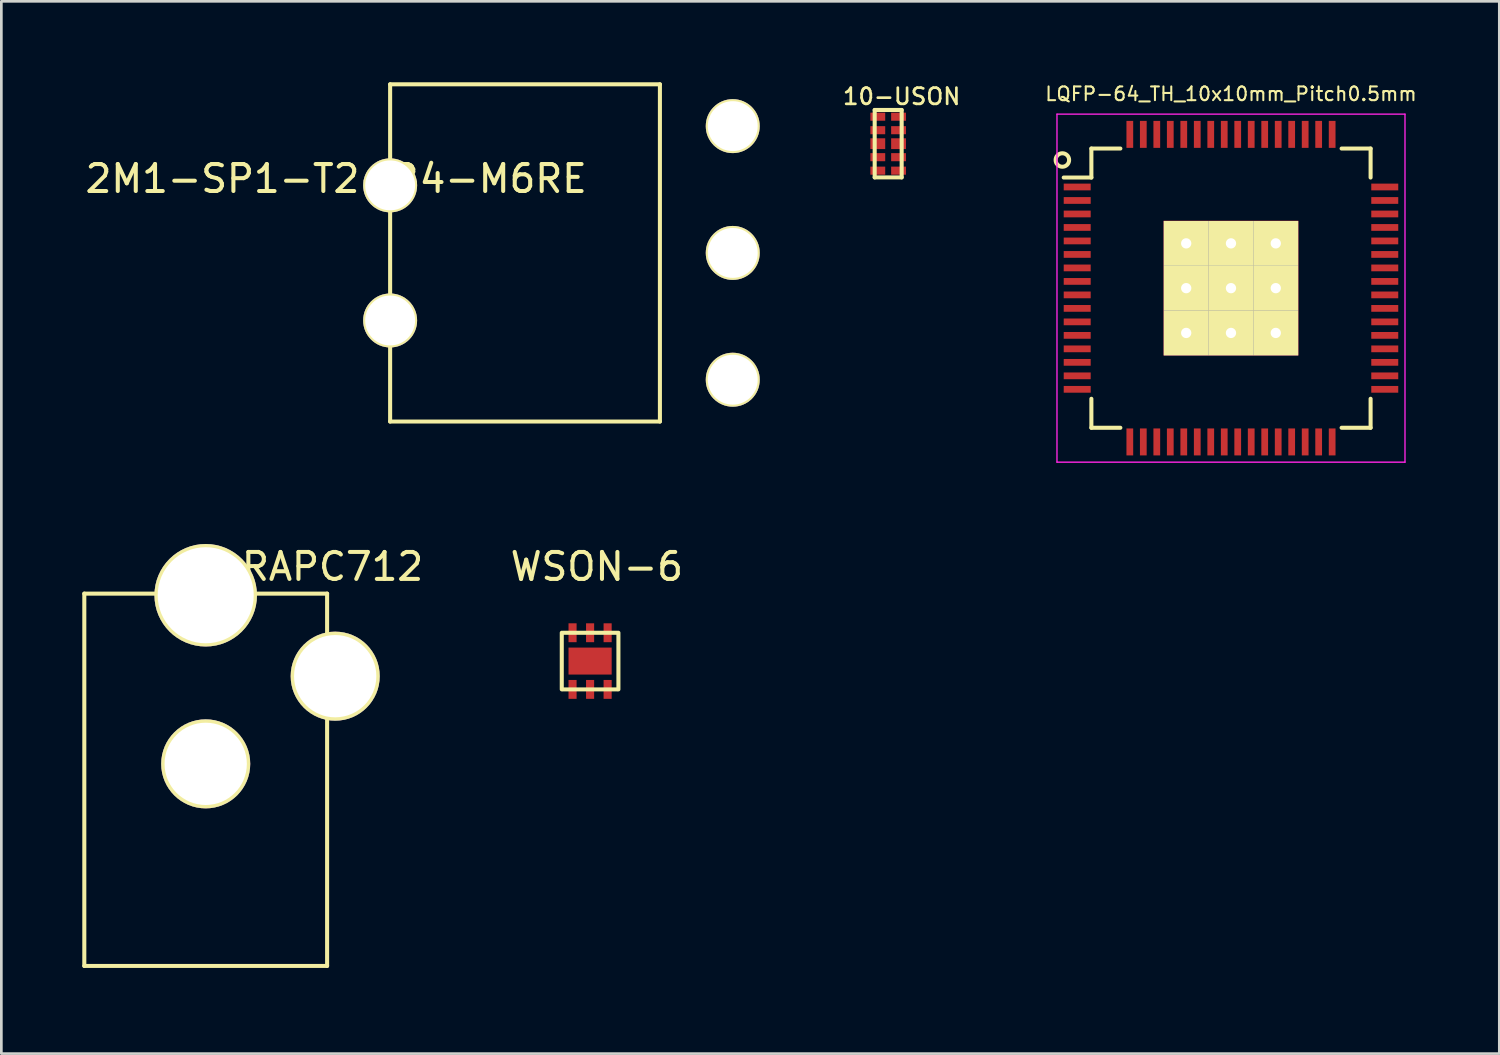
<source format=kicad_pcb>
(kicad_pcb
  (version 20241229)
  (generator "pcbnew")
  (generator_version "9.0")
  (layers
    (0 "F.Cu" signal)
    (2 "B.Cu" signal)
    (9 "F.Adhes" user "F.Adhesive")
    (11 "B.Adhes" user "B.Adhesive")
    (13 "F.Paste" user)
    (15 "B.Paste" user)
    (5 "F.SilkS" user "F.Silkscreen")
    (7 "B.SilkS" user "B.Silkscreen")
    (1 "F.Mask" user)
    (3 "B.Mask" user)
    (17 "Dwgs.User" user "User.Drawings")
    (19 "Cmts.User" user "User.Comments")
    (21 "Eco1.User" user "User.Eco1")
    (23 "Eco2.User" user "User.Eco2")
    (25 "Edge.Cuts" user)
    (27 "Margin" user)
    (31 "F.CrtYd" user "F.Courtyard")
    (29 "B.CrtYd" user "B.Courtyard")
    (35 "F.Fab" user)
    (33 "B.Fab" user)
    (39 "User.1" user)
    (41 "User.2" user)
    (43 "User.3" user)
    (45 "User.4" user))
  (footprint "2M1-SP1-T2-B4-M6RE"
    (layer "F.Cu")
    (at 11.411 6.325)
    (property "Reference" "2M1-SP1-T2-B4-M6RE" (at -2 -2.75 0) (layer "F.SilkS") (effects (font (size 1 1) (thickness 0.15))))
    (attr through_hole)
    (fp_line (start 0 -6.25) (end 10 -6.25) (stroke (width 0.15) (type solid)) (layer "F.SilkS"))
    (fp_line (start 0 6.25) (end 0 -6.25) (stroke (width 0.15) (type solid)) (layer "F.SilkS"))
    (fp_line (start 10 -6.25) (end 10 6.25) (stroke (width 0.15) (type solid)) (layer "F.SilkS"))
    (fp_line (start 10 6.25) (end 0 6.25) (stroke (width 0.15) (type solid)) (layer "F.SilkS"))
    (pad "1" thru_hole circle (at 12.7 -4.7) (size 2 2) (drill 1.85) (layers "*.Cu" "*.Mask" "F.SilkS"))
    (pad "2" thru_hole circle (at 12.7 0) (size 2 2) (drill 1.85) (layers "*.Cu" "*.Mask" "F.SilkS"))
    (pad "3" thru_hole circle (at 12.7 4.7) (size 2 2) (drill 1.85) (layers "*.Cu" "*.Mask" "F.SilkS"))
    (pad "4" thru_hole circle (at 0 2.504) (size 2 2) (drill 1.85) (layers "*.Cu" "*.Mask" "F.SilkS"))
    (pad "5" thru_hole circle (at 0 -2.504) (size 2 2) (drill 1.85) (layers "*.Cu" "*.Mask" "F.SilkS")))
  (footprint "10-USON"
    (layer "F.Cu")
    (at 29.872 2.276)
    (property "Reference" "10-USON" (at 0.5 -1.75 0) (layer "F.SilkS") (effects (font (size 0.6 0.6) (thickness 0.1))))
    (attr through_hole)
    (fp_line (start -0.5 -1.25) (end 0.5 -1.25) (stroke (width 0.15) (type solid)) (layer "F.SilkS"))
    (fp_line (start -0.5 1.25) (end -0.5 -1.25) (stroke (width 0.15) (type solid)) (layer "F.SilkS"))
    (fp_line (start 0.5 -1.25) (end 0.5 1.25) (stroke (width 0.15) (type solid)) (layer "F.SilkS"))
    (fp_line (start 0.5 1.25) (end -0.5 1.25) (stroke (width 0.15) (type solid)) (layer "F.SilkS"))
    (pad "1" smd rect (at -0.385 -1 90) (size 0.3 0.55) (layers "F.Cu" "F.Mask" "F.Paste"))
    (pad "2" smd rect (at -0.385 -0.5 90) (size 0.3 0.55) (layers "F.Cu" "F.Mask" "F.Paste"))
    (pad "3" smd rect (at -0.385 0 90) (size 0.4 0.55) (layers "F.Cu" "F.Mask" "F.Paste"))
    (pad "4" smd rect (at -0.385 0.5 90) (size 0.3 0.55) (layers "F.Cu" "F.Mask" "F.Paste"))
    (pad "5" smd rect (at -0.385 1 90) (size 0.3 0.55) (layers "F.Cu" "F.Mask" "F.Paste"))
    (pad "6" smd rect (at 0.385 1 90) (size 0.3 0.55) (layers "F.Cu" "F.Mask" "F.Paste"))
    (pad "7" smd rect (at 0.385 0.5 90) (size 0.3 0.55) (layers "F.Cu" "F.Mask" "F.Paste"))
    (pad "8" smd rect (at 0.385 0 90) (size 0.4 0.55) (layers "F.Cu" "F.Mask" "F.Paste"))
    (pad "9" smd rect (at 0.385 -0.5 90) (size 0.3 0.55) (layers "F.Cu" "F.Mask" "F.Paste"))
    (pad "10" smd rect (at 0.385 -1 90) (size 0.3 0.55) (layers "F.Cu" "F.Mask" "F.Paste")))
  (footprint "LQFP-64_TH_10x10mm_Pitch0.5mm"
    (layer "F.Cu")
    (at 42.579 7.631)
    (property "Reference" "LQFP-64_TH_10x10mm_Pitch0.5mm" (at 0 -7.2 0) (layer "F.SilkS") (effects (font (size 0.508 0.508) (thickness 0.076))))
    (attr smd)
    (fp_line (start -5.175 -5.175) (end -5.175 -4.1) (stroke (width 0.15) (type solid)) (layer "F.SilkS"))
    (fp_line (start -5.175 -5.175) (end -4.1 -5.175) (stroke (width 0.15) (type solid)) (layer "F.SilkS"))
    (fp_line (start -5.175 -4.1) (end -6.2 -4.1) (stroke (width 0.15) (type solid)) (layer "F.SilkS"))
    (fp_line (start -5.175 5.175) (end -5.175 4.1) (stroke (width 0.15) (type solid)) (layer "F.SilkS"))
    (fp_line (start -5.175 5.175) (end -4.1 5.175) (stroke (width 0.15) (type solid)) (layer "F.SilkS"))
    (fp_line (start 5.175 -5.175) (end 4.1 -5.175) (stroke (width 0.15) (type solid)) (layer "F.SilkS"))
    (fp_line (start 5.175 -5.175) (end 5.175 -4.1) (stroke (width 0.15) (type solid)) (layer "F.SilkS"))
    (fp_line (start 5.175 5.175) (end 4.1 5.175) (stroke (width 0.15) (type solid)) (layer "F.SilkS"))
    (fp_line (start 5.175 5.175) (end 5.175 4.1) (stroke (width 0.15) (type solid)) (layer "F.SilkS"))
    (fp_circle (center -6.25 -4.75) (end -6.25 -5) (stroke (width 0.15) (type solid)) (fill no) (layer "F.SilkS"))
    (fp_line (start -6.45 -6.45) (end -6.45 6.45) (stroke (width 0.05) (type solid)) (layer "F.CrtYd"))
    (fp_line (start -6.45 -6.45) (end 6.45 -6.45) (stroke (width 0.05) (type solid)) (layer "F.CrtYd"))
    (fp_line (start -6.45 6.45) (end 6.45 6.45) (stroke (width 0.05) (type solid)) (layer "F.CrtYd"))
    (fp_line (start 6.45 -6.45) (end 6.45 6.45) (stroke (width 0.05) (type solid)) (layer "F.CrtYd"))
    (pad "1" smd rect (at -5.7 -3.75) (size 1 0.25) (layers "F.Cu" "F.Mask" "F.Paste"))
    (pad "2" smd rect (at -5.7 -3.25) (size 1 0.25) (layers "F.Cu" "F.Mask" "F.Paste"))
    (pad "3" smd rect (at -5.7 -2.75) (size 1 0.25) (layers "F.Cu" "F.Mask" "F.Paste"))
    (pad "4" smd rect (at -5.7 -2.25) (size 1 0.25) (layers "F.Cu" "F.Mask" "F.Paste"))
    (pad "5" smd rect (at -5.7 -1.75) (size 1 0.25) (layers "F.Cu" "F.Mask" "F.Paste"))
    (pad "6" smd rect (at -5.7 -1.25) (size 1 0.25) (layers "F.Cu" "F.Mask" "F.Paste"))
    (pad "7" smd rect (at -5.7 -0.75) (size 1 0.25) (layers "F.Cu" "F.Mask" "F.Paste"))
    (pad "8" smd rect (at -5.7 -0.25) (size 1 0.25) (layers "F.Cu" "F.Mask" "F.Paste"))
    (pad "9" smd rect (at -5.7 0.25) (size 1 0.25) (layers "F.Cu" "F.Mask" "F.Paste"))
    (pad "10" smd rect (at -5.7 0.75) (size 1 0.25) (layers "F.Cu" "F.Mask" "F.Paste"))
    (pad "11" smd rect (at -5.7 1.25) (size 1 0.25) (layers "F.Cu" "F.Mask" "F.Paste"))
    (pad "12" smd rect (at -5.7 1.75) (size 1 0.25) (layers "F.Cu" "F.Mask" "F.Paste"))
    (pad "13" smd rect (at -5.7 2.25) (size 1 0.25) (layers "F.Cu" "F.Mask" "F.Paste"))
    (pad "14" smd rect (at -5.7 2.75) (size 1 0.25) (layers "F.Cu" "F.Mask" "F.Paste"))
    (pad "15" smd rect (at -5.7 3.25) (size 1 0.25) (layers "F.Cu" "F.Mask" "F.Paste"))
    (pad "16" smd rect (at -5.7 3.75) (size 1 0.25) (layers "F.Cu" "F.Mask" "F.Paste"))
    (pad "17" smd rect (at -3.75 5.7 90) (size 1 0.25) (layers "F.Cu" "F.Mask" "F.Paste"))
    (pad "18" smd rect (at -3.25 5.7 90) (size 1 0.25) (layers "F.Cu" "F.Mask" "F.Paste"))
    (pad "19" smd rect (at -2.75 5.7 90) (size 1 0.25) (layers "F.Cu" "F.Mask" "F.Paste"))
    (pad "20" smd rect (at -2.25 5.7 90) (size 1 0.25) (layers "F.Cu" "F.Mask" "F.Paste"))
    (pad "21" smd rect (at -1.75 5.7 90) (size 1 0.25) (layers "F.Cu" "F.Mask" "F.Paste"))
    (pad "22" smd rect (at -1.25 5.7 90) (size 1 0.25) (layers "F.Cu" "F.Mask" "F.Paste"))
    (pad "23" smd rect (at -0.75 5.7 90) (size 1 0.25) (layers "F.Cu" "F.Mask" "F.Paste"))
    (pad "24" smd rect (at -0.25 5.7 90) (size 1 0.25) (layers "F.Cu" "F.Mask" "F.Paste"))
    (pad "25" smd rect (at 0.25 5.7 90) (size 1 0.25) (layers "F.Cu" "F.Mask" "F.Paste"))
    (pad "26" smd rect (at 0.75 5.7 90) (size 1 0.25) (layers "F.Cu" "F.Mask" "F.Paste"))
    (pad "27" smd rect (at 1.25 5.7 90) (size 1 0.25) (layers "F.Cu" "F.Mask" "F.Paste"))
    (pad "28" smd rect (at 1.75 5.7 90) (size 1 0.25) (layers "F.Cu" "F.Mask" "F.Paste"))
    (pad "29" smd rect (at 2.25 5.7 90) (size 1 0.25) (layers "F.Cu" "F.Mask" "F.Paste"))
    (pad "30" smd rect (at 2.75 5.7 90) (size 1 0.25) (layers "F.Cu" "F.Mask" "F.Paste"))
    (pad "31" smd rect (at 3.25 5.7 90) (size 1 0.25) (layers "F.Cu" "F.Mask" "F.Paste"))
    (pad "32" smd rect (at 3.75 5.7 90) (size 1 0.25) (layers "F.Cu" "F.Mask" "F.Paste"))
    (pad "33" smd rect (at 5.7 3.75) (size 1 0.25) (layers "F.Cu" "F.Mask" "F.Paste"))
    (pad "34" smd rect (at 5.7 3.25) (size 1 0.25) (layers "F.Cu" "F.Mask" "F.Paste"))
    (pad "35" smd rect (at 5.7 2.75) (size 1 0.25) (layers "F.Cu" "F.Mask" "F.Paste"))
    (pad "36" smd rect (at 5.7 2.25) (size 1 0.25) (layers "F.Cu" "F.Mask" "F.Paste"))
    (pad "37" smd rect (at 5.7 1.75) (size 1 0.25) (layers "F.Cu" "F.Mask" "F.Paste"))
    (pad "38" smd rect (at 5.7 1.25) (size 1 0.25) (layers "F.Cu" "F.Mask" "F.Paste"))
    (pad "39" smd rect (at 5.7 0.75) (size 1 0.25) (layers "F.Cu" "F.Mask" "F.Paste"))
    (pad "40" smd rect (at 5.7 0.25) (size 1 0.25) (layers "F.Cu" "F.Mask" "F.Paste"))
    (pad "41" smd rect (at 5.7 -0.25) (size 1 0.25) (layers "F.Cu" "F.Mask" "F.Paste"))
    (pad "42" smd rect (at 5.7 -0.75) (size 1 0.25) (layers "F.Cu" "F.Mask" "F.Paste"))
    (pad "43" smd rect (at 5.7 -1.25) (size 1 0.25) (layers "F.Cu" "F.Mask" "F.Paste"))
    (pad "44" smd rect (at 5.7 -1.75) (size 1 0.25) (layers "F.Cu" "F.Mask" "F.Paste"))
    (pad "45" smd rect (at 5.7 -2.25) (size 1 0.25) (layers "F.Cu" "F.Mask" "F.Paste"))
    (pad "46" smd rect (at 5.7 -2.75) (size 1 0.25) (layers "F.Cu" "F.Mask" "F.Paste"))
    (pad "47" smd rect (at 5.7 -3.25) (size 1 0.25) (layers "F.Cu" "F.Mask" "F.Paste"))
    (pad "48" smd rect (at 5.7 -3.75) (size 1 0.25) (layers "F.Cu" "F.Mask" "F.Paste"))
    (pad "49" smd rect (at 3.75 -5.7 90) (size 1 0.25) (layers "F.Cu" "F.Mask" "F.Paste"))
    (pad "50" smd rect (at 3.25 -5.7 90) (size 1 0.25) (layers "F.Cu" "F.Mask" "F.Paste"))
    (pad "51" smd rect (at 2.75 -5.7 90) (size 1 0.25) (layers "F.Cu" "F.Mask" "F.Paste"))
    (pad "52" smd rect (at 2.25 -5.7 90) (size 1 0.25) (layers "F.Cu" "F.Mask" "F.Paste"))
    (pad "53" smd rect (at 1.75 -5.7 90) (size 1 0.25) (layers "F.Cu" "F.Mask" "F.Paste"))
    (pad "54" smd rect (at 1.25 -5.7 90) (size 1 0.25) (layers "F.Cu" "F.Mask" "F.Paste"))
    (pad "55" smd rect (at 0.75 -5.7 90) (size 1 0.25) (layers "F.Cu" "F.Mask" "F.Paste"))
    (pad "56" smd rect (at 0.25 -5.7 90) (size 1 0.25) (layers "F.Cu" "F.Mask" "F.Paste"))
    (pad "57" smd rect (at -0.25 -5.7 90) (size 1 0.25) (layers "F.Cu" "F.Mask" "F.Paste"))
    (pad "58" smd rect (at -0.75 -5.7 90) (size 1 0.25) (layers "F.Cu" "F.Mask" "F.Paste"))
    (pad "59" smd rect (at -1.25 -5.7 90) (size 1 0.25) (layers "F.Cu" "F.Mask" "F.Paste"))
    (pad "60" smd rect (at -1.75 -5.7 90) (size 1 0.25) (layers "F.Cu" "F.Mask" "F.Paste"))
    (pad "61" smd rect (at -2.25 -5.7 90) (size 1 0.25) (layers "F.Cu" "F.Mask" "F.Paste"))
    (pad "62" smd rect (at -2.75 -5.7 90) (size 1 0.25) (layers "F.Cu" "F.Mask" "F.Paste"))
    (pad "63" smd rect (at -3.25 -5.7 90) (size 1 0.25) (layers "F.Cu" "F.Mask" "F.Paste"))
    (pad "64" smd rect (at -3.75 -5.7 90) (size 1 0.25) (layers "F.Cu" "F.Mask" "F.Paste"))
    (pad "65" thru_hole rect (at -1.66 -1.66) (size 1.66 1.66) (drill 0.381) (layers "*.Cu" "*.Mask" "F.SilkS"))
    (pad "65" thru_hole rect (at -1.66 0) (size 1.66 1.66) (drill 0.381) (layers "*.Cu" "*.Mask" "F.SilkS"))
    (pad "65" thru_hole rect (at -1.66 1.66) (size 1.66 1.66) (drill 0.381) (layers "*.Cu" "*.Mask" "F.SilkS"))
    (pad "65" thru_hole rect (at 0 -1.66) (size 1.66 1.66) (drill 0.381) (layers "*.Cu" "*.Mask" "F.SilkS"))
    (pad "65" thru_hole rect (at 0 0) (size 1.66 1.66) (drill 0.381) (layers "*.Cu" "*.Mask" "F.SilkS"))
    (pad "65" smd rect (at 0 0) (size 5 5) (layers "F.Cu" "F.Mask" "F.Paste"))
    (pad "65" thru_hole rect (at 0 1.66) (size 1.66 1.66) (drill 0.381) (layers "*.Cu" "*.Mask" "F.SilkS"))
    (pad "65" thru_hole rect (at 1.66 -1.66) (size 1.66 1.66) (drill 0.381) (layers "*.Cu" "*.Mask" "F.SilkS"))
    (pad "65" thru_hole rect (at 1.66 0) (size 1.66 1.66) (drill 0.381) (layers "*.Cu" "*.Mask" "F.SilkS"))
    (pad "65" thru_hole rect (at 1.66 1.66) (size 1.66 1.66) (drill 0.381) (layers "*.Cu" "*.Mask" "F.SilkS")))
  (footprint "WSON-6"
    (layer "F.Cu")
    (at 18.823 21.454)
    (property "Reference" "WSON-6" (at 0.25 -3.5 0) (layer "F.SilkS") (effects (font (size 1 1) (thickness 0.15))))
    (attr through_hole)
    (fp_line (start -1.05 -1.05) (end -1.05 1.05) (stroke (width 0.15) (type solid)) (layer "F.SilkS"))
    (fp_line (start -1 1.05) (end 1 1.05) (stroke (width 0.15) (type solid)) (layer "F.SilkS"))
    (fp_line (start 1 -1.05) (end -1 -1.05) (stroke (width 0.15) (type solid)) (layer "F.SilkS"))
    (fp_line (start 1.05 1.05) (end 1.05 -1.05) (stroke (width 0.15) (type solid)) (layer "F.SilkS"))
    (pad "1" smd rect (at -0.65 1.05) (size 0.3 0.7) (layers "F.Cu" "F.Mask" "F.Paste"))
    (pad "2" smd rect (at 0 1.05) (size 0.3 0.7) (layers "F.Cu" "F.Mask" "F.Paste"))
    (pad "3" smd rect (at 0.65 1.05) (size 0.3 0.7) (layers "F.Cu" "F.Mask" "F.Paste"))
    (pad "4" smd rect (at 0.65 -1.05) (size 0.3 0.7) (layers "F.Cu" "F.Mask" "F.Paste"))
    (pad "5" smd rect (at 0 -1.05) (size 0.3 0.7) (layers "F.Cu" "F.Mask" "F.Paste"))
    (pad "6" smd rect (at -0.65 -1.05) (size 0.3 0.7) (layers "F.Cu" "F.Mask" "F.Paste"))
    (pad "7" smd rect (at 0 0) (size 1.6 1) (layers "F.Cu" "F.Mask" "F.Paste")))
  (footprint "RAPC712"
    (layer "F.Cu")
    (at 4.575 32.754)
    (property "Reference" "RAPC712" (at 4.7 -14.8 0) (layer "F.SilkS") (effects (font (size 1 1) (thickness 0.15))))
    (attr through_hole)
    (fp_line (start -4.5 -13.8) (end -4.5 0) (stroke (width 0.15) (type solid)) (layer "F.SilkS"))
    (fp_line (start -4.5 -13.8) (end 4.5 -13.8) (stroke (width 0.15) (type solid)) (layer "F.SilkS"))
    (fp_line (start -4.5 0) (end 4.5 0) (stroke (width 0.15) (type solid)) (layer "F.SilkS"))
    (fp_line (start 4.5 0) (end 4.5 -13.8) (stroke (width 0.15) (type solid)) (layer "F.SilkS"))
    (pad "1" thru_hole circle (at 0 -13.74) (size 3.8 3.8) (drill 3.56) (layers "*.Cu" "*.Mask" "F.SilkS"))
    (pad "2" thru_hole circle (at 0 -7.49) (size 3.3 3.3) (drill 3.05) (layers "*.Cu" "*.Mask" "F.SilkS"))
    (pad "3" thru_hole circle (at 4.8 -10.74) (size 3.3 3.3) (drill 3.05) (layers "*.Cu" "*.Mask" "F.SilkS")))
  (gr_rect
    (start -3 -3)
    (end 52.525 36.004)
    (stroke (width 0.1) (type default))
    (fill no)
    (layer "Edge.Cuts")))
</source>
